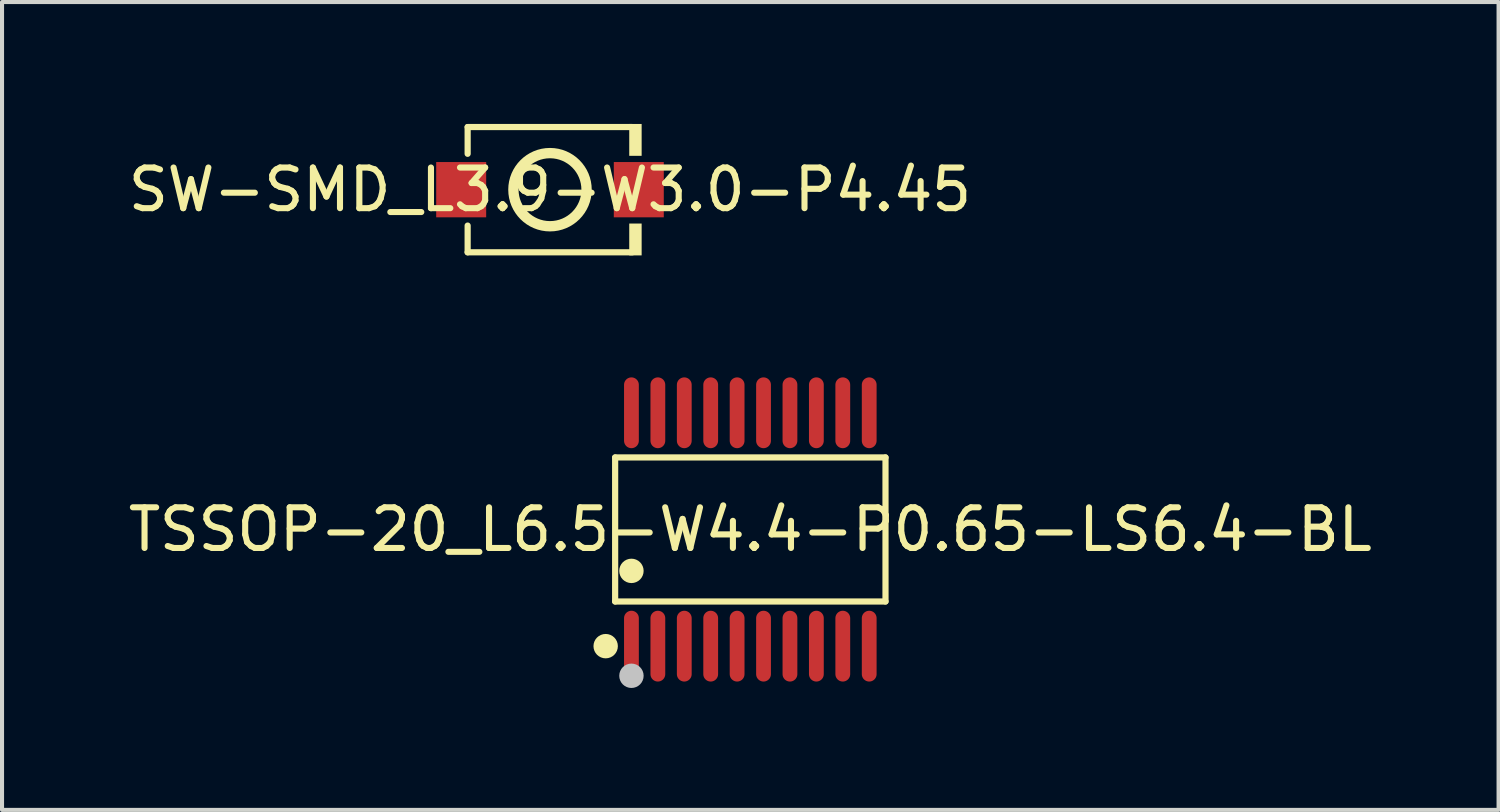
<source format=kicad_pcb>
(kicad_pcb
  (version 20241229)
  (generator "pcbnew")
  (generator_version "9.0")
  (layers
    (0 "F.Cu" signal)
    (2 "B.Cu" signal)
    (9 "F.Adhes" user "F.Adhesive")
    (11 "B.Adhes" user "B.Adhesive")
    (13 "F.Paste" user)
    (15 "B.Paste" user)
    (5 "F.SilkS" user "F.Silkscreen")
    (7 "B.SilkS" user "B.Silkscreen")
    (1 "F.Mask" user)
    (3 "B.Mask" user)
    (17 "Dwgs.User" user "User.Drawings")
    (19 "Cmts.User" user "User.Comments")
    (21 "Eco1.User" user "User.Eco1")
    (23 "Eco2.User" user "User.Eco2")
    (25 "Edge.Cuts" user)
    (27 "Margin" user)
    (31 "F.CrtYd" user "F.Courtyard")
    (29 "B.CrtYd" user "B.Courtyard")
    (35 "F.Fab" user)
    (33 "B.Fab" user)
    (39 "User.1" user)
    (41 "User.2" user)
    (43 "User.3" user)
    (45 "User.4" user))
  (footprint "TSSOP-20_L6.5-W4.4-P0.65-LS6.4-BL"
    (layer "F.Cu")
    (at 15.411 9.977)
    (property "Reference" "TSSOP-20_L6.5-W4.4-P0.65-LS6.4-BL" (at 0 0 0) (layer "F.SilkS") (effects (font (size 1 1) (thickness 0.15))))
    (fp_line (start -3.326 -1.772) (end 3.326 -1.772) (stroke (width 0.152) (type default)) (layer "F.SilkS"))
    (fp_line (start -3.326 1.772) (end -3.326 -1.772) (stroke (width 0.152) (type default)) (layer "F.SilkS"))
    (fp_line (start 3.326 -1.772) (end 3.326 1.772) (stroke (width 0.152) (type default)) (layer "F.SilkS"))
    (fp_line (start 3.326 1.772) (end -3.326 1.772) (stroke (width 0.152) (type default)) (layer "F.SilkS"))
    (fp_circle (center -3.559 2.871) (end -3.409 2.871) (stroke (width 0.3) (type default)) (fill no) (layer "F.SilkS"))
    (fp_circle (center -2.925 1.019) (end -2.775 1.019) (stroke (width 0.3) (type default)) (fill no) (layer "F.SilkS"))
    (fp_circle (center -2.925 3.6) (end -2.775 3.6) (stroke (width 0.3) (type default)) (fill no) (layer "Dwgs.User"))
    (fp_poly (pts (xy -3.055 -3.2) (xy -3.055 -2.6) (xy -2.795 -2.6) (xy -2.795 -3.2)) (stroke (width 0.1) (type default)) (fill no) (layer "User.1"))
    (fp_poly (pts (xy -3.055 -2.61) (xy -3.055 -2.19) (xy -2.795 -2.19) (xy -2.795 -2.61)) (stroke (width 0.1) (type default)) (fill no) (layer "User.1"))
    (fp_poly (pts (xy -3.055 2.61) (xy -3.055 2.19) (xy -2.795 2.19) (xy -2.795 2.61)) (stroke (width 0.1) (type default)) (fill no) (layer "User.1"))
    (fp_poly (pts (xy -3.055 3.2) (xy -3.055 2.6) (xy -2.795 2.6) (xy -2.795 3.2)) (stroke (width 0.1) (type default)) (fill no) (layer "User.1"))
    (fp_poly (pts (xy -2.405 -3.2) (xy -2.405 -2.6) (xy -2.145 -2.6) (xy -2.145 -3.2)) (stroke (width 0.1) (type default)) (fill no) (layer "User.1"))
    (fp_poly (pts (xy -2.405 -2.61) (xy -2.405 -2.19) (xy -2.145 -2.19) (xy -2.145 -2.61)) (stroke (width 0.1) (type default)) (fill no) (layer "User.1"))
    (fp_poly (pts (xy -2.405 2.61) (xy -2.405 2.19) (xy -2.145 2.19) (xy -2.145 2.61)) (stroke (width 0.1) (type default)) (fill no) (layer "User.1"))
    (fp_poly (pts (xy -2.405 3.2) (xy -2.405 2.6) (xy -2.145 2.6) (xy -2.145 3.2)) (stroke (width 0.1) (type default)) (fill no) (layer "User.1"))
    (fp_poly (pts (xy -1.755 -3.2) (xy -1.755 -2.6) (xy -1.495 -2.6) (xy -1.495 -3.2)) (stroke (width 0.1) (type default)) (fill no) (layer "User.1"))
    (fp_poly (pts (xy -1.755 -2.61) (xy -1.755 -2.19) (xy -1.495 -2.19) (xy -1.495 -2.61)) (stroke (width 0.1) (type default)) (fill no) (layer "User.1"))
    (fp_poly (pts (xy -1.755 2.61) (xy -1.755 2.19) (xy -1.495 2.19) (xy -1.495 2.61)) (stroke (width 0.1) (type default)) (fill no) (layer "User.1"))
    (fp_poly (pts (xy -1.755 3.2) (xy -1.755 2.6) (xy -1.495 2.6) (xy -1.495 3.2)) (stroke (width 0.1) (type default)) (fill no) (layer "User.1"))
    (fp_poly (pts (xy -1.105 -3.2) (xy -1.105 -2.6) (xy -0.845 -2.6) (xy -0.845 -3.2)) (stroke (width 0.1) (type default)) (fill no) (layer "User.1"))
    (fp_poly (pts (xy -1.105 -2.61) (xy -1.105 -2.19) (xy -0.845 -2.19) (xy -0.845 -2.61)) (stroke (width 0.1) (type default)) (fill no) (layer "User.1"))
    (fp_poly (pts (xy -1.105 2.61) (xy -1.105 2.19) (xy -0.845 2.19) (xy -0.845 2.61)) (stroke (width 0.1) (type default)) (fill no) (layer "User.1"))
    (fp_poly (pts (xy -1.105 3.2) (xy -1.105 2.6) (xy -0.845 2.6) (xy -0.845 3.2)) (stroke (width 0.1) (type default)) (fill no) (layer "User.1"))
    (fp_poly (pts (xy -0.455 -3.2) (xy -0.455 -2.6) (xy -0.195 -2.6) (xy -0.195 -3.2)) (stroke (width 0.1) (type default)) (fill no) (layer "User.1"))
    (fp_poly (pts (xy -0.455 -2.61) (xy -0.455 -2.19) (xy -0.195 -2.19) (xy -0.195 -2.61)) (stroke (width 0.1) (type default)) (fill no) (layer "User.1"))
    (fp_poly (pts (xy -0.455 2.61) (xy -0.455 2.19) (xy -0.195 2.19) (xy -0.195 2.61)) (stroke (width 0.1) (type default)) (fill no) (layer "User.1"))
    (fp_poly (pts (xy -0.455 3.2) (xy -0.455 2.6) (xy -0.195 2.6) (xy -0.195 3.2)) (stroke (width 0.1) (type default)) (fill no) (layer "User.1"))
    (fp_poly (pts (xy 0.195 -3.2) (xy 0.195 -2.6) (xy 0.455 -2.6) (xy 0.455 -3.2)) (stroke (width 0.1) (type default)) (fill no) (layer "User.1"))
    (fp_poly (pts (xy 0.195 -2.61) (xy 0.195 -2.19) (xy 0.455 -2.19) (xy 0.455 -2.61)) (stroke (width 0.1) (type default)) (fill no) (layer "User.1"))
    (fp_poly (pts (xy 0.195 2.61) (xy 0.195 2.19) (xy 0.455 2.19) (xy 0.455 2.61)) (stroke (width 0.1) (type default)) (fill no) (layer "User.1"))
    (fp_poly (pts (xy 0.195 3.2) (xy 0.195 2.6) (xy 0.455 2.6) (xy 0.455 3.2)) (stroke (width 0.1) (type default)) (fill no) (layer "User.1"))
    (fp_poly (pts (xy 0.845 -3.2) (xy 0.845 -2.6) (xy 1.105 -2.6) (xy 1.105 -3.2)) (stroke (width 0.1) (type default)) (fill no) (layer "User.1"))
    (fp_poly (pts (xy 0.845 -2.61) (xy 0.845 -2.19) (xy 1.105 -2.19) (xy 1.105 -2.61)) (stroke (width 0.1) (type default)) (fill no) (layer "User.1"))
    (fp_poly (pts (xy 0.845 2.61) (xy 0.845 2.19) (xy 1.105 2.19) (xy 1.105 2.61)) (stroke (width 0.1) (type default)) (fill no) (layer "User.1"))
    (fp_poly (pts (xy 0.845 3.2) (xy 0.845 2.6) (xy 1.105 2.6) (xy 1.105 3.2)) (stroke (width 0.1) (type default)) (fill no) (layer "User.1"))
    (fp_poly (pts (xy 1.495 -3.2) (xy 1.495 -2.6) (xy 1.755 -2.6) (xy 1.755 -3.2)) (stroke (width 0.1) (type default)) (fill no) (layer "User.1"))
    (fp_poly (pts (xy 1.495 -2.61) (xy 1.495 -2.19) (xy 1.755 -2.19) (xy 1.755 -2.61)) (stroke (width 0.1) (type default)) (fill no) (layer "User.1"))
    (fp_poly (pts (xy 1.495 2.61) (xy 1.495 2.19) (xy 1.755 2.19) (xy 1.755 2.61)) (stroke (width 0.1) (type default)) (fill no) (layer "User.1"))
    (fp_poly (pts (xy 1.495 3.2) (xy 1.495 2.6) (xy 1.755 2.6) (xy 1.755 3.2)) (stroke (width 0.1) (type default)) (fill no) (layer "User.1"))
    (fp_poly (pts (xy 2.145 -3.2) (xy 2.145 -2.6) (xy 2.405 -2.6) (xy 2.405 -3.2)) (stroke (width 0.1) (type default)) (fill no) (layer "User.1"))
    (fp_poly (pts (xy 2.145 -2.61) (xy 2.145 -2.19) (xy 2.405 -2.19) (xy 2.405 -2.61)) (stroke (width 0.1) (type default)) (fill no) (layer "User.1"))
    (fp_poly (pts (xy 2.145 2.61) (xy 2.145 2.19) (xy 2.405 2.19) (xy 2.405 2.61)) (stroke (width 0.1) (type default)) (fill no) (layer "User.1"))
    (fp_poly (pts (xy 2.145 3.2) (xy 2.145 2.6) (xy 2.405 2.6) (xy 2.405 3.2)) (stroke (width 0.1) (type default)) (fill no) (layer "User.1"))
    (fp_poly (pts (xy 2.795 -3.2) (xy 2.795 -2.6) (xy 3.055 -2.6) (xy 3.055 -3.2)) (stroke (width 0.1) (type default)) (fill no) (layer "User.1"))
    (fp_poly (pts (xy 2.795 -2.61) (xy 2.795 -2.19) (xy 3.055 -2.19) (xy 3.055 -2.61)) (stroke (width 0.1) (type default)) (fill no) (layer "User.1"))
    (fp_poly (pts (xy 2.795 2.61) (xy 2.795 2.19) (xy 3.055 2.19) (xy 3.055 2.61)) (stroke (width 0.1) (type default)) (fill no) (layer "User.1"))
    (fp_poly (pts (xy 2.795 3.2) (xy 2.795 2.6) (xy 3.055 2.6) (xy 3.055 3.2)) (stroke (width 0.1) (type default)) (fill no) (layer "User.1"))
    (fp_line (start -3.25 -2.2) (end 3.25 -2.2) (stroke (width 0.051) (type default)) (layer "User.2"))
    (fp_line (start -3.25 2.2) (end -3.25 -2.2) (stroke (width 0.051) (type default)) (layer "User.2"))
    (fp_line (start 3.25 -2.2) (end 3.25 2.2) (stroke (width 0.051) (type default)) (layer "User.2"))
    (fp_line (start 3.25 2.2) (end -3.25 2.2) (stroke (width 0.051) (type default)) (layer "User.2"))
    (fp_poly (pts (xy -3.195 3.177) (xy -3.227 3.145) (xy -3.273 3.145) (xy -3.305 3.177) (xy -3.305 3.223) (xy -3.273 3.255) (xy -3.227 3.255) (xy -3.195 3.223)) (stroke (width 0.1) (type default)) (fill no) (layer "User.3"))
    (pad "1" smd oval (at -2.925 2.871) (size 0.364 1.742) (layers "F.Cu" "F.Mask" "F.Paste"))
    (pad "2" smd oval (at -2.275 2.871) (size 0.364 1.742) (layers "F.Cu" "F.Mask" "F.Paste"))
    (pad "3" smd oval (at -1.625 2.871) (size 0.364 1.742) (layers "F.Cu" "F.Mask" "F.Paste"))
    (pad "4" smd oval (at -0.975 2.871) (size 0.364 1.742) (layers "F.Cu" "F.Mask" "F.Paste"))
    (pad "5" smd oval (at -0.325 2.871) (size 0.364 1.742) (layers "F.Cu" "F.Mask" "F.Paste"))
    (pad "6" smd oval (at 0.325 2.871) (size 0.364 1.742) (layers "F.Cu" "F.Mask" "F.Paste"))
    (pad "7" smd oval (at 0.975 2.871) (size 0.364 1.742) (layers "F.Cu" "F.Mask" "F.Paste"))
    (pad "8" smd oval (at 1.625 2.871) (size 0.364 1.742) (layers "F.Cu" "F.Mask" "F.Paste"))
    (pad "9" smd oval (at 2.275 2.871) (size 0.364 1.742) (layers "F.Cu" "F.Mask" "F.Paste"))
    (pad "10" smd oval (at 2.925 2.871) (size 0.364 1.742) (layers "F.Cu" "F.Mask" "F.Paste"))
    (pad "11" smd oval (at 2.925 -2.871) (size 0.364 1.742) (layers "F.Cu" "F.Mask" "F.Paste"))
    (pad "12" smd oval (at 2.275 -2.871) (size 0.364 1.742) (layers "F.Cu" "F.Mask" "F.Paste"))
    (pad "13" smd oval (at 1.625 -2.871) (size 0.364 1.742) (layers "F.Cu" "F.Mask" "F.Paste"))
    (pad "14" smd oval (at 0.975 -2.871) (size 0.364 1.742) (layers "F.Cu" "F.Mask" "F.Paste"))
    (pad "15" smd oval (at 0.325 -2.871) (size 0.364 1.742) (layers "F.Cu" "F.Mask" "F.Paste"))
    (pad "16" smd oval (at -0.325 -2.871) (size 0.364 1.742) (layers "F.Cu" "F.Mask" "F.Paste"))
    (pad "17" smd oval (at -0.975 -2.871) (size 0.364 1.742) (layers "F.Cu" "F.Mask" "F.Paste"))
    (pad "18" smd oval (at -1.625 -2.871) (size 0.364 1.742) (layers "F.Cu" "F.Mask" "F.Paste"))
    (pad "19" smd oval (at -2.275 -2.871) (size 0.364 1.742) (layers "F.Cu" "F.Mask" "F.Paste"))
    (pad "20" smd oval (at -2.925 -2.871) (size 0.364 1.742) (layers "F.Cu" "F.Mask" "F.Paste")))
  (footprint "SW-SMD_L3.9-W3.0-P4.45"
    (layer "F.Cu")
    (at 10.482 1.617)
    (property "Reference" "SW-SMD_L3.9-W3.0-P4.45" (at 0 0 0) (layer "F.SilkS") (effects (font (size 1 1) (thickness 0.15))))
    (fp_line (start -2.026 -1.541) (end -2.026 -0.883) (stroke (width 0.152) (type default)) (layer "F.SilkS"))
    (fp_line (start -2.026 1.541) (end -2.026 0.883) (stroke (width 0.152) (type default)) (layer "F.SilkS"))
    (fp_line (start 2.026 -1.541) (end -2.026 -1.541) (stroke (width 0.152) (type default)) (layer "F.SilkS"))
    (fp_line (start 2.026 1.541) (end -2.026 1.541) (stroke (width 0.152) (type default)) (layer "F.SilkS"))
    (fp_circle (center 0 0) (end 0.9 0) (stroke (width 0.254) (type default)) (fill no) (layer "F.SilkS"))
    (fp_poly (pts (xy 1.95 -1.617) (xy 1.95 -0.833) (xy 2.255 -0.833) (xy 2.255 -1.617)) (stroke (width 0) (type default)) (fill yes) (layer "F.SilkS"))
    (fp_poly (pts (xy 1.95 1.617) (xy 1.95 0.833) (xy 2.255 0.833) (xy 2.255 1.617)) (stroke (width 0) (type default)) (fill yes) (layer "F.SilkS"))
    (fp_poly (pts (xy -2.5 -0.65) (xy -2.5 0.65) (xy -1.6 0.65) (xy -1.6 -0.65)) (stroke (width 0.1) (type default)) (fill no) (layer "User.1"))
    (fp_poly (pts (xy 2.5 -0.65) (xy 2.5 0.65) (xy 1.6 0.65) (xy 1.6 -0.65)) (stroke (width 0.1) (type default)) (fill no) (layer "User.1"))
    (fp_line (start -1.95 -1.465) (end 1.95 -1.465) (stroke (width 0.051) (type default)) (layer "User.2"))
    (fp_line (start -1.95 1.465) (end -1.95 -1.465) (stroke (width 0.051) (type default)) (layer "User.2"))
    (fp_line (start 1.95 -1.465) (end 1.95 1.465) (stroke (width 0.051) (type default)) (layer "User.2"))
    (fp_line (start 1.95 1.465) (end -1.95 1.465) (stroke (width 0.051) (type default)) (layer "User.2"))
    (fp_poly (pts (xy 2.555 -1.488) (xy 2.523 -1.52) (xy 2.477 -1.52) (xy 2.445 -1.488) (xy 2.445 -1.442) (xy 2.477 -1.41) (xy 2.523 -1.41) (xy 2.555 -1.442)) (stroke (width 0.1) (type default)) (fill no) (layer "User.3"))
    (pad "1" smd rect (at -2.185 0) (size 1.23 1.36) (layers "F.Cu" "F.Mask" "F.Paste"))
    (pad "2" smd rect (at 2.185 0) (size 1.23 1.36) (layers "F.Cu" "F.Mask" "F.Paste")))
  (gr_rect
    (start -3 -3)
    (end 33.821 16.877)
    (stroke (width 0.1) (type default))
    (fill no)
    (layer "Edge.Cuts")))
</source>
